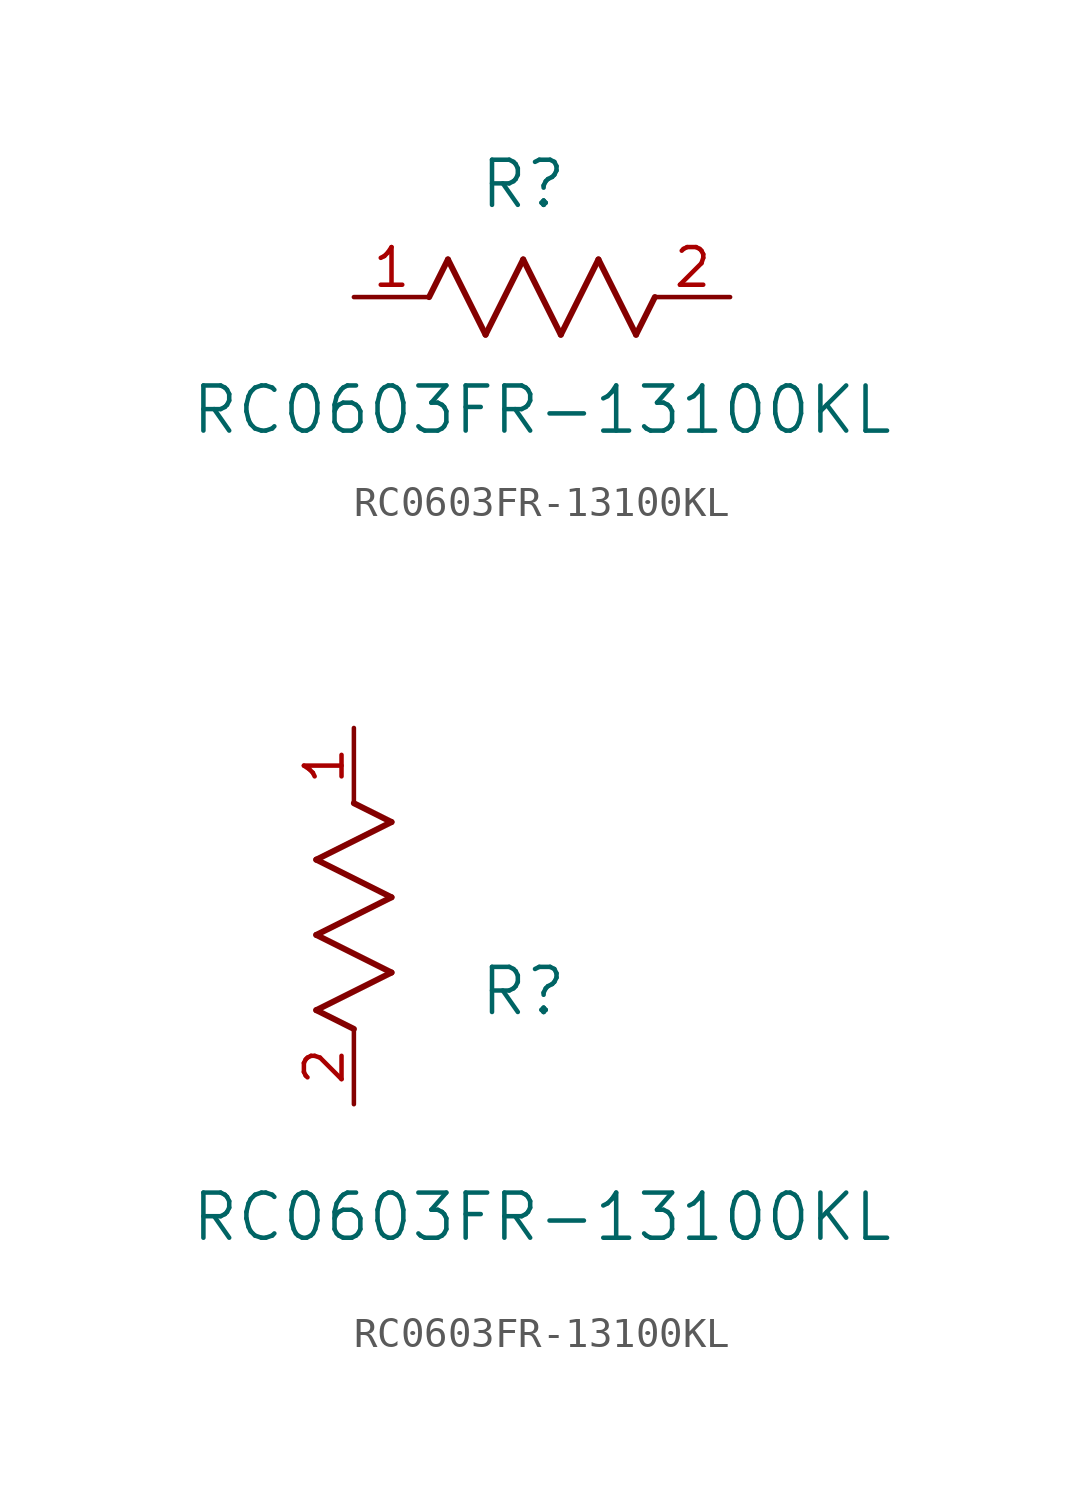
<source format=kicad_sym>
(kicad_symbol_lib
  (version 20211014)
  (generator kicad_symbol_editor)
  (symbol "RC0603FR-13100KL"
    (pin_names
      (offset 0.254))
    (property "Reference" "R"
      (at 5.715 3.81 0)
      (effects (font (size 1.524 1.524))))
    (property "Value" "RC0603FR-13100KL"
      (at 6.35 -3.81 0)
      (effects (font (size 1.524 1.524))))
    (symbol "RC0603FR-13100KL_1_1"
      (polyline (pts (xy 3.175 1.27) (xy 4.445 -1.27)) (stroke (width 0.203) (type default) (color 0 0 0 0)) (fill (type none)))
      (polyline (pts (xy 4.445 -1.27) (xy 5.715 1.27)) (stroke (width 0.203) (type default) (color 0 0 0 0)) (fill (type none)))
      (polyline (pts (xy 5.715 1.27) (xy 6.985 -1.27)) (stroke (width 0.203) (type default) (color 0 0 0 0)) (fill (type none)))
      (polyline (pts (xy 6.985 -1.27) (xy 8.255 1.27)) (stroke (width 0.203) (type default) (color 0 0 0 0)) (fill (type none)))
      (polyline (pts (xy 8.255 1.27) (xy 9.525 -1.27)) (stroke (width 0.203) (type default) (color 0 0 0 0)) (fill (type none)))
      (polyline (pts (xy 2.54 0) (xy 3.175 1.27)) (stroke (width 0.203) (type default) (color 0 0 0 0)) (fill (type none)))
      (polyline (pts (xy 9.525 -1.27) (xy 10.16 0)) (stroke (width 0.203) (type default) (color 0 0 0 0)) (fill (type none)))
      (pin unspecified line (at 0 0 0) (length 2.54) (name "" (effects (font (size 1.27 1.27)))) (number "1" (effects (font (size 1.27 1.27)))))
      (pin unspecified line (at 12.7 0 180) (length 2.54) (name "" (effects (font (size 1.27 1.27)))) (number "2" (effects (font (size 1.27 1.27))))))
    (symbol "RC0603FR-13100KL_1_2"
      (polyline (pts (xy 0 2.54) (xy -1.27 3.175)) (stroke (width 0.203) (type default) (color 0 0 0 0)) (fill (type none)))
      (polyline (pts (xy -1.27 3.175) (xy 1.27 4.445)) (stroke (width 0.203) (type default) (color 0 0 0 0)) (fill (type none)))
      (polyline (pts (xy 1.27 4.445) (xy -1.27 5.715)) (stroke (width 0.203) (type default) (color 0 0 0 0)) (fill (type none)))
      (polyline (pts (xy -1.27 5.715) (xy 1.27 6.985)) (stroke (width 0.203) (type default) (color 0 0 0 0)) (fill (type none)))
      (polyline (pts (xy -1.27 8.255) (xy 1.27 9.525)) (stroke (width 0.203) (type default) (color 0 0 0 0)) (fill (type none)))
      (polyline (pts (xy 1.27 9.525) (xy 0 10.16)) (stroke (width 0.203) (type default) (color 0 0 0 0)) (fill (type none)))
      (polyline (pts (xy 1.27 6.985) (xy -1.27 8.255)) (stroke (width 0.203) (type default) (color 0 0 0 0)) (fill (type none)))
      (pin unspecified line (at 0 12.7 270) (length 2.54) (name "" (effects (font (size 1.27 1.27)))) (number "1" (effects (font (size 1.27 1.27)))))
      (pin unspecified line (at 0 0 90) (length 2.54) (name "" (effects (font (size 1.27 1.27)))) (number "2" (effects (font (size 1.27 1.27))))))))
</source>
